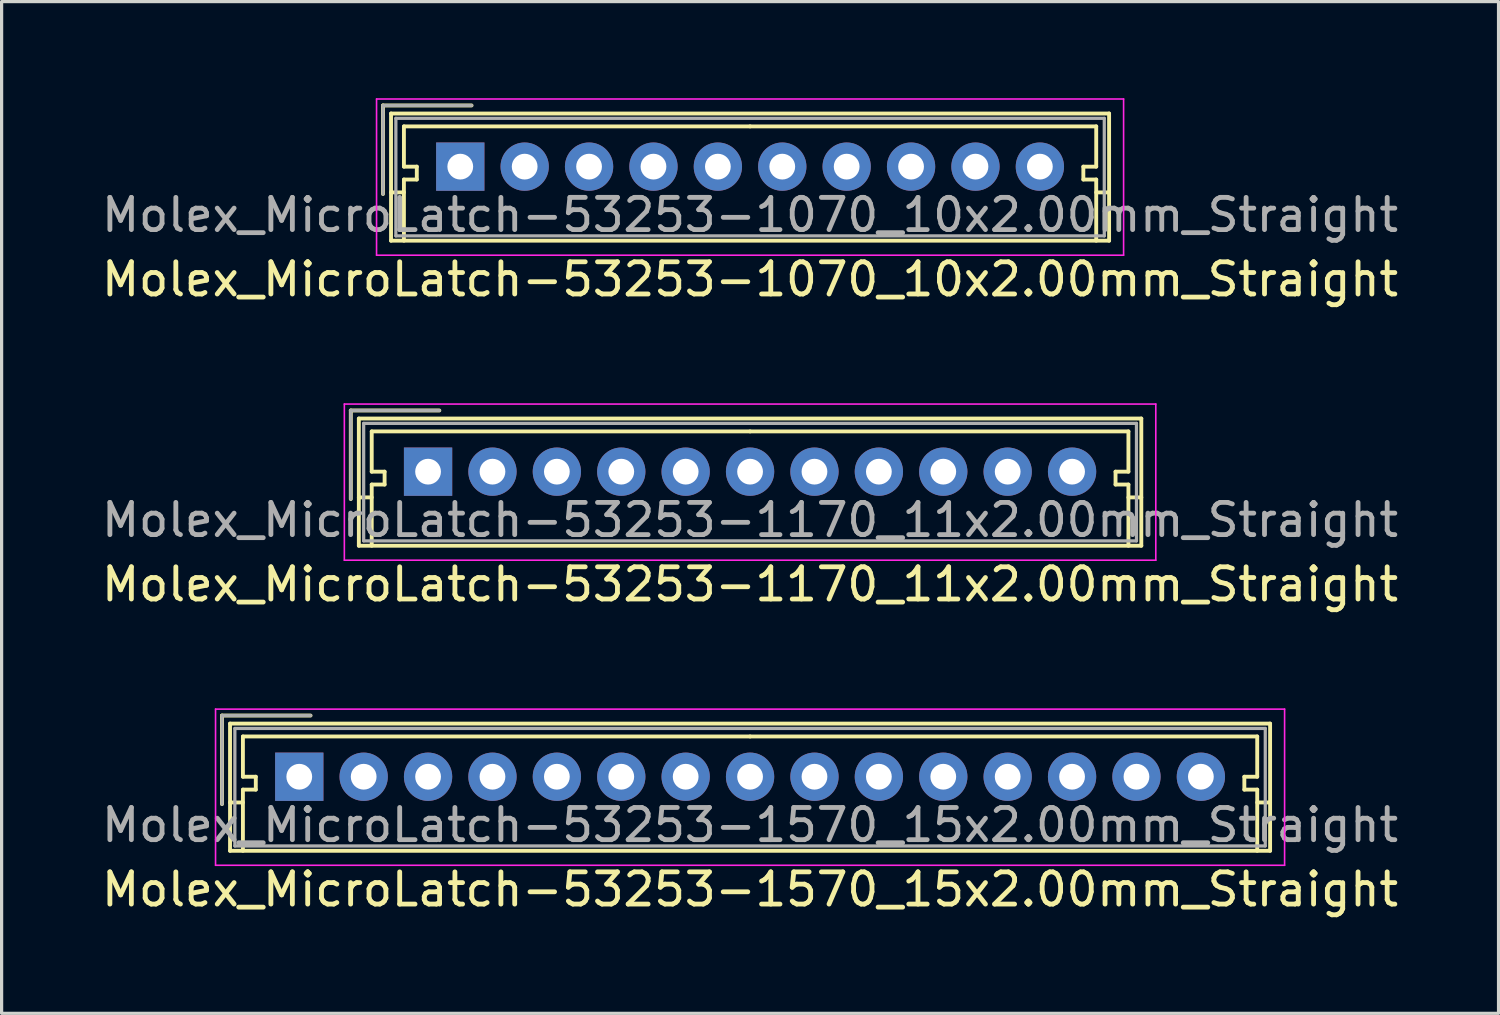
<source format=kicad_pcb>
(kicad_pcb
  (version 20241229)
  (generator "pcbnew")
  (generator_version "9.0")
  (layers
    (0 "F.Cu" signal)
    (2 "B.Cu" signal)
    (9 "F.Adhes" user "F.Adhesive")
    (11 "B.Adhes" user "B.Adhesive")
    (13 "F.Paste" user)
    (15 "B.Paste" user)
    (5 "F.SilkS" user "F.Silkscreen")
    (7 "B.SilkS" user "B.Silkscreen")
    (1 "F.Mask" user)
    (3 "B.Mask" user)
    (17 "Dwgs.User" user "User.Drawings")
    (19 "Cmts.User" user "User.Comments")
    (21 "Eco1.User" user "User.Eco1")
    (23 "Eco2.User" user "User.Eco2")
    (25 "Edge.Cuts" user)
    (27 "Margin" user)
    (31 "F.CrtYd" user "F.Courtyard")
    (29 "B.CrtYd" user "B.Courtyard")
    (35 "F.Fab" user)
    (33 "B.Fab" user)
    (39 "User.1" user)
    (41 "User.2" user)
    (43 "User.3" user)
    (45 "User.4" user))
  (footprint "Molex_MicroLatch-53253-1570_15x2.00mm_Straight"
    (layer "F.Cu")
    (at 6.244 21.072)
    (property "Reference" "Molex_MicroLatch-53253-1570_15x2.00mm_Straight" (at 14 3.5 0) (layer "F.SilkS") (effects (font (size 1 1) (thickness 0.15))))
    (attr through_hole)
    (fp_line (start -2.4 -1.9) (end -2.4 0.85) (stroke (width 0.12) (type solid)) (layer "F.SilkS"))
    (fp_line (start -2.15 -1.65) (end -2.15 2.3) (stroke (width 0.12) (type solid)) (layer "F.SilkS"))
    (fp_line (start -2.15 0.8) (end -1.75 0.8) (stroke (width 0.12) (type solid)) (layer "F.SilkS"))
    (fp_line (start -2.15 2.3) (end 30.15 2.3) (stroke (width 0.12) (type solid)) (layer "F.SilkS"))
    (fp_line (start -1.75 -1.25) (end -1.75 0) (stroke (width 0.12) (type solid)) (layer "F.SilkS"))
    (fp_line (start -1.75 0) (end -1.35 0) (stroke (width 0.12) (type solid)) (layer "F.SilkS"))
    (fp_line (start -1.75 0.4) (end -1.75 2.3) (stroke (width 0.12) (type solid)) (layer "F.SilkS"))
    (fp_line (start -1.35 0) (end -1.35 0.4) (stroke (width 0.12) (type solid)) (layer "F.SilkS"))
    (fp_line (start -1.35 0.4) (end -1.75 0.4) (stroke (width 0.12) (type solid)) (layer "F.SilkS"))
    (fp_line (start 0.35 -1.9) (end -2.4 -1.9) (stroke (width 0.12) (type solid)) (layer "F.SilkS"))
    (fp_line (start 14 -1.25) (end -1.75 -1.25) (stroke (width 0.12) (type solid)) (layer "F.SilkS"))
    (fp_line (start 14 -1.25) (end 29.75 -1.25) (stroke (width 0.12) (type solid)) (layer "F.SilkS"))
    (fp_line (start 29.35 0) (end 29.35 0.4) (stroke (width 0.12) (type solid)) (layer "F.SilkS"))
    (fp_line (start 29.35 0.4) (end 29.75 0.4) (stroke (width 0.12) (type solid)) (layer "F.SilkS"))
    (fp_line (start 29.75 -1.25) (end 29.75 0) (stroke (width 0.12) (type solid)) (layer "F.SilkS"))
    (fp_line (start 29.75 0) (end 29.35 0) (stroke (width 0.12) (type solid)) (layer "F.SilkS"))
    (fp_line (start 29.75 0.4) (end 29.75 2.3) (stroke (width 0.12) (type solid)) (layer "F.SilkS"))
    (fp_line (start 30.15 -1.65) (end -2.15 -1.65) (stroke (width 0.12) (type solid)) (layer "F.SilkS"))
    (fp_line (start 30.15 0.8) (end 29.75 0.8) (stroke (width 0.12) (type solid)) (layer "F.SilkS"))
    (fp_line (start 30.15 2.3) (end 30.15 -1.65) (stroke (width 0.12) (type solid)) (layer "F.SilkS"))
    (fp_line (start -2.6 -2.1) (end -2.6 2.75) (stroke (width 0.05) (type solid)) (layer "F.CrtYd"))
    (fp_line (start -2.6 2.75) (end 30.6 2.75) (stroke (width 0.05) (type solid)) (layer "F.CrtYd"))
    (fp_line (start 30.6 -2.1) (end -2.6 -2.1) (stroke (width 0.05) (type solid)) (layer "F.CrtYd"))
    (fp_line (start 30.6 2.75) (end 30.6 -2.1) (stroke (width 0.05) (type solid)) (layer "F.CrtYd"))
    (fp_line (start -2.4 -1.9) (end -2.4 0.85) (stroke (width 0.1) (type solid)) (layer "F.Fab"))
    (fp_line (start -2 -1.5) (end -2 2.15) (stroke (width 0.1) (type solid)) (layer "F.Fab"))
    (fp_line (start -2 2.15) (end 30 2.15) (stroke (width 0.1) (type solid)) (layer "F.Fab"))
    (fp_line (start 0.35 -1.9) (end -2.4 -1.9) (stroke (width 0.1) (type solid)) (layer "F.Fab"))
    (fp_line (start 30 -1.5) (end -2 -1.5) (stroke (width 0.1) (type solid)) (layer "F.Fab"))
    (fp_line (start 30 2.15) (end 30 -1.5) (stroke (width 0.1) (type solid)) (layer "F.Fab"))
    (fp_text user "${REFERENCE}" (at 14 1.5 0) (layer "F.Fab") (effects (font (size 1 1) (thickness 0.15))))
    (pad "1" thru_hole rect (at 0 0) (size 1.5 1.5) (drill 0.8) (layers "*.Cu" "*.Mask"))
    (pad "2" thru_hole circle (at 2 0) (size 1.5 1.5) (drill 0.8) (layers "*.Cu" "*.Mask"))
    (pad "3" thru_hole circle (at 4 0) (size 1.5 1.5) (drill 0.8) (layers "*.Cu" "*.Mask"))
    (pad "4" thru_hole circle (at 6 0) (size 1.5 1.5) (drill 0.8) (layers "*.Cu" "*.Mask"))
    (pad "5" thru_hole circle (at 8 0) (size 1.5 1.5) (drill 0.8) (layers "*.Cu" "*.Mask"))
    (pad "6" thru_hole circle (at 10 0) (size 1.5 1.5) (drill 0.8) (layers "*.Cu" "*.Mask"))
    (pad "7" thru_hole circle (at 12 0) (size 1.5 1.5) (drill 0.8) (layers "*.Cu" "*.Mask"))
    (pad "8" thru_hole circle (at 14 0) (size 1.5 1.5) (drill 0.8) (layers "*.Cu" "*.Mask"))
    (pad "9" thru_hole circle (at 16 0) (size 1.5 1.5) (drill 0.8) (layers "*.Cu" "*.Mask"))
    (pad "10" thru_hole circle (at 18 0) (size 1.5 1.5) (drill 0.8) (layers "*.Cu" "*.Mask"))
    (pad "11" thru_hole circle (at 20 0) (size 1.5 1.5) (drill 0.8) (layers "*.Cu" "*.Mask"))
    (pad "12" thru_hole circle (at 22 0) (size 1.5 1.5) (drill 0.8) (layers "*.Cu" "*.Mask"))
    (pad "13" thru_hole circle (at 24 0) (size 1.5 1.5) (drill 0.8) (layers "*.Cu" "*.Mask"))
    (pad "14" thru_hole circle (at 26 0) (size 1.5 1.5) (drill 0.8) (layers "*.Cu" "*.Mask"))
    (pad "15" thru_hole circle (at 28 0) (size 1.5 1.5) (drill 0.8) (layers "*.Cu" "*.Mask")))
  (footprint "Molex_MicroLatch-53253-1170_11x2.00mm_Straight"
    (layer "F.Cu")
    (at 10.244 11.598)
    (property "Reference" "Molex_MicroLatch-53253-1170_11x2.00mm_Straight" (at 10 3.5 0) (layer "F.SilkS") (effects (font (size 1 1) (thickness 0.15))))
    (attr through_hole)
    (fp_line (start -2.4 -1.9) (end -2.4 0.85) (stroke (width 0.12) (type solid)) (layer "F.SilkS"))
    (fp_line (start -2.15 -1.65) (end -2.15 2.3) (stroke (width 0.12) (type solid)) (layer "F.SilkS"))
    (fp_line (start -2.15 0.8) (end -1.75 0.8) (stroke (width 0.12) (type solid)) (layer "F.SilkS"))
    (fp_line (start -2.15 2.3) (end 22.15 2.3) (stroke (width 0.12) (type solid)) (layer "F.SilkS"))
    (fp_line (start -1.75 -1.25) (end -1.75 0) (stroke (width 0.12) (type solid)) (layer "F.SilkS"))
    (fp_line (start -1.75 0) (end -1.35 0) (stroke (width 0.12) (type solid)) (layer "F.SilkS"))
    (fp_line (start -1.75 0.4) (end -1.75 2.3) (stroke (width 0.12) (type solid)) (layer "F.SilkS"))
    (fp_line (start -1.35 0) (end -1.35 0.4) (stroke (width 0.12) (type solid)) (layer "F.SilkS"))
    (fp_line (start -1.35 0.4) (end -1.75 0.4) (stroke (width 0.12) (type solid)) (layer "F.SilkS"))
    (fp_line (start 0.35 -1.9) (end -2.4 -1.9) (stroke (width 0.12) (type solid)) (layer "F.SilkS"))
    (fp_line (start 10 -1.25) (end -1.75 -1.25) (stroke (width 0.12) (type solid)) (layer "F.SilkS"))
    (fp_line (start 10 -1.25) (end 21.75 -1.25) (stroke (width 0.12) (type solid)) (layer "F.SilkS"))
    (fp_line (start 21.35 0) (end 21.35 0.4) (stroke (width 0.12) (type solid)) (layer "F.SilkS"))
    (fp_line (start 21.35 0.4) (end 21.75 0.4) (stroke (width 0.12) (type solid)) (layer "F.SilkS"))
    (fp_line (start 21.75 -1.25) (end 21.75 0) (stroke (width 0.12) (type solid)) (layer "F.SilkS"))
    (fp_line (start 21.75 0) (end 21.35 0) (stroke (width 0.12) (type solid)) (layer "F.SilkS"))
    (fp_line (start 21.75 0.4) (end 21.75 2.3) (stroke (width 0.12) (type solid)) (layer "F.SilkS"))
    (fp_line (start 22.15 -1.65) (end -2.15 -1.65) (stroke (width 0.12) (type solid)) (layer "F.SilkS"))
    (fp_line (start 22.15 0.8) (end 21.75 0.8) (stroke (width 0.12) (type solid)) (layer "F.SilkS"))
    (fp_line (start 22.15 2.3) (end 22.15 -1.65) (stroke (width 0.12) (type solid)) (layer "F.SilkS"))
    (fp_line (start -2.6 -2.1) (end -2.6 2.75) (stroke (width 0.05) (type solid)) (layer "F.CrtYd"))
    (fp_line (start -2.6 2.75) (end 22.6 2.75) (stroke (width 0.05) (type solid)) (layer "F.CrtYd"))
    (fp_line (start 22.6 -2.1) (end -2.6 -2.1) (stroke (width 0.05) (type solid)) (layer "F.CrtYd"))
    (fp_line (start 22.6 2.75) (end 22.6 -2.1) (stroke (width 0.05) (type solid)) (layer "F.CrtYd"))
    (fp_line (start -2.4 -1.9) (end -2.4 0.85) (stroke (width 0.1) (type solid)) (layer "F.Fab"))
    (fp_line (start -2 -1.5) (end -2 2.15) (stroke (width 0.1) (type solid)) (layer "F.Fab"))
    (fp_line (start -2 2.15) (end 22 2.15) (stroke (width 0.1) (type solid)) (layer "F.Fab"))
    (fp_line (start 0.35 -1.9) (end -2.4 -1.9) (stroke (width 0.1) (type solid)) (layer "F.Fab"))
    (fp_line (start 22 -1.5) (end -2 -1.5) (stroke (width 0.1) (type solid)) (layer "F.Fab"))
    (fp_line (start 22 2.15) (end 22 -1.5) (stroke (width 0.1) (type solid)) (layer "F.Fab"))
    (fp_text user "${REFERENCE}" (at 10 1.5 0) (layer "F.Fab") (effects (font (size 1 1) (thickness 0.15))))
    (pad "1" thru_hole rect (at 0 0) (size 1.5 1.5) (drill 0.8) (layers "*.Cu" "*.Mask"))
    (pad "2" thru_hole circle (at 2 0) (size 1.5 1.5) (drill 0.8) (layers "*.Cu" "*.Mask"))
    (pad "3" thru_hole circle (at 4 0) (size 1.5 1.5) (drill 0.8) (layers "*.Cu" "*.Mask"))
    (pad "4" thru_hole circle (at 6 0) (size 1.5 1.5) (drill 0.8) (layers "*.Cu" "*.Mask"))
    (pad "5" thru_hole circle (at 8 0) (size 1.5 1.5) (drill 0.8) (layers "*.Cu" "*.Mask"))
    (pad "6" thru_hole circle (at 10 0) (size 1.5 1.5) (drill 0.8) (layers "*.Cu" "*.Mask"))
    (pad "7" thru_hole circle (at 12 0) (size 1.5 1.5) (drill 0.8) (layers "*.Cu" "*.Mask"))
    (pad "8" thru_hole circle (at 14 0) (size 1.5 1.5) (drill 0.8) (layers "*.Cu" "*.Mask"))
    (pad "9" thru_hole circle (at 16 0) (size 1.5 1.5) (drill 0.8) (layers "*.Cu" "*.Mask"))
    (pad "10" thru_hole circle (at 18 0) (size 1.5 1.5) (drill 0.8) (layers "*.Cu" "*.Mask"))
    (pad "11" thru_hole circle (at 20 0) (size 1.5 1.5) (drill 0.8) (layers "*.Cu" "*.Mask")))
  (footprint "Molex_MicroLatch-53253-1070_10x2.00mm_Straight"
    (layer "F.Cu")
    (at 11.244 2.125)
    (property "Reference" "Molex_MicroLatch-53253-1070_10x2.00mm_Straight" (at 9 3.5 0) (layer "F.SilkS") (effects (font (size 1 1) (thickness 0.15))))
    (attr through_hole)
    (fp_line (start -2.4 -1.9) (end -2.4 0.85) (stroke (width 0.12) (type solid)) (layer "F.SilkS"))
    (fp_line (start -2.15 -1.65) (end -2.15 2.3) (stroke (width 0.12) (type solid)) (layer "F.SilkS"))
    (fp_line (start -2.15 0.8) (end -1.75 0.8) (stroke (width 0.12) (type solid)) (layer "F.SilkS"))
    (fp_line (start -2.15 2.3) (end 20.15 2.3) (stroke (width 0.12) (type solid)) (layer "F.SilkS"))
    (fp_line (start -1.75 -1.25) (end -1.75 0) (stroke (width 0.12) (type solid)) (layer "F.SilkS"))
    (fp_line (start -1.75 0) (end -1.35 0) (stroke (width 0.12) (type solid)) (layer "F.SilkS"))
    (fp_line (start -1.75 0.4) (end -1.75 2.3) (stroke (width 0.12) (type solid)) (layer "F.SilkS"))
    (fp_line (start -1.35 0) (end -1.35 0.4) (stroke (width 0.12) (type solid)) (layer "F.SilkS"))
    (fp_line (start -1.35 0.4) (end -1.75 0.4) (stroke (width 0.12) (type solid)) (layer "F.SilkS"))
    (fp_line (start 0.35 -1.9) (end -2.4 -1.9) (stroke (width 0.12) (type solid)) (layer "F.SilkS"))
    (fp_line (start 9 -1.25) (end -1.75 -1.25) (stroke (width 0.12) (type solid)) (layer "F.SilkS"))
    (fp_line (start 9 -1.25) (end 19.75 -1.25) (stroke (width 0.12) (type solid)) (layer "F.SilkS"))
    (fp_line (start 19.35 0) (end 19.35 0.4) (stroke (width 0.12) (type solid)) (layer "F.SilkS"))
    (fp_line (start 19.35 0.4) (end 19.75 0.4) (stroke (width 0.12) (type solid)) (layer "F.SilkS"))
    (fp_line (start 19.75 -1.25) (end 19.75 0) (stroke (width 0.12) (type solid)) (layer "F.SilkS"))
    (fp_line (start 19.75 0) (end 19.35 0) (stroke (width 0.12) (type solid)) (layer "F.SilkS"))
    (fp_line (start 19.75 0.4) (end 19.75 2.3) (stroke (width 0.12) (type solid)) (layer "F.SilkS"))
    (fp_line (start 20.15 -1.65) (end -2.15 -1.65) (stroke (width 0.12) (type solid)) (layer "F.SilkS"))
    (fp_line (start 20.15 0.8) (end 19.75 0.8) (stroke (width 0.12) (type solid)) (layer "F.SilkS"))
    (fp_line (start 20.15 2.3) (end 20.15 -1.65) (stroke (width 0.12) (type solid)) (layer "F.SilkS"))
    (fp_line (start -2.6 -2.1) (end -2.6 2.75) (stroke (width 0.05) (type solid)) (layer "F.CrtYd"))
    (fp_line (start -2.6 2.75) (end 20.6 2.75) (stroke (width 0.05) (type solid)) (layer "F.CrtYd"))
    (fp_line (start 20.6 -2.1) (end -2.6 -2.1) (stroke (width 0.05) (type solid)) (layer "F.CrtYd"))
    (fp_line (start 20.6 2.75) (end 20.6 -2.1) (stroke (width 0.05) (type solid)) (layer "F.CrtYd"))
    (fp_line (start -2.4 -1.9) (end -2.4 0.85) (stroke (width 0.1) (type solid)) (layer "F.Fab"))
    (fp_line (start -2 -1.5) (end -2 2.15) (stroke (width 0.1) (type solid)) (layer "F.Fab"))
    (fp_line (start -2 2.15) (end 20 2.15) (stroke (width 0.1) (type solid)) (layer "F.Fab"))
    (fp_line (start 0.35 -1.9) (end -2.4 -1.9) (stroke (width 0.1) (type solid)) (layer "F.Fab"))
    (fp_line (start 20 -1.5) (end -2 -1.5) (stroke (width 0.1) (type solid)) (layer "F.Fab"))
    (fp_line (start 20 2.15) (end 20 -1.5) (stroke (width 0.1) (type solid)) (layer "F.Fab"))
    (fp_text user "${REFERENCE}" (at 9 1.5 0) (layer "F.Fab") (effects (font (size 1 1) (thickness 0.15))))
    (pad "1" thru_hole rect (at 0 0) (size 1.5 1.5) (drill 0.8) (layers "*.Cu" "*.Mask"))
    (pad "2" thru_hole circle (at 2 0) (size 1.5 1.5) (drill 0.8) (layers "*.Cu" "*.Mask"))
    (pad "3" thru_hole circle (at 4 0) (size 1.5 1.5) (drill 0.8) (layers "*.Cu" "*.Mask"))
    (pad "4" thru_hole circle (at 6 0) (size 1.5 1.5) (drill 0.8) (layers "*.Cu" "*.Mask"))
    (pad "5" thru_hole circle (at 8 0) (size 1.5 1.5) (drill 0.8) (layers "*.Cu" "*.Mask"))
    (pad "6" thru_hole circle (at 10 0) (size 1.5 1.5) (drill 0.8) (layers "*.Cu" "*.Mask"))
    (pad "7" thru_hole circle (at 12 0) (size 1.5 1.5) (drill 0.8) (layers "*.Cu" "*.Mask"))
    (pad "8" thru_hole circle (at 14 0) (size 1.5 1.5) (drill 0.8) (layers "*.Cu" "*.Mask"))
    (pad "9" thru_hole circle (at 16 0) (size 1.5 1.5) (drill 0.8) (layers "*.Cu" "*.Mask"))
    (pad "10" thru_hole circle (at 18 0) (size 1.5 1.5) (drill 0.8) (layers "*.Cu" "*.Mask")))
  (gr_rect
    (start -3 -3)
    (end 43.488 28.42)
    (stroke (width 0.1) (type default))
    (fill no)
    (layer "Edge.Cuts")))
</source>
